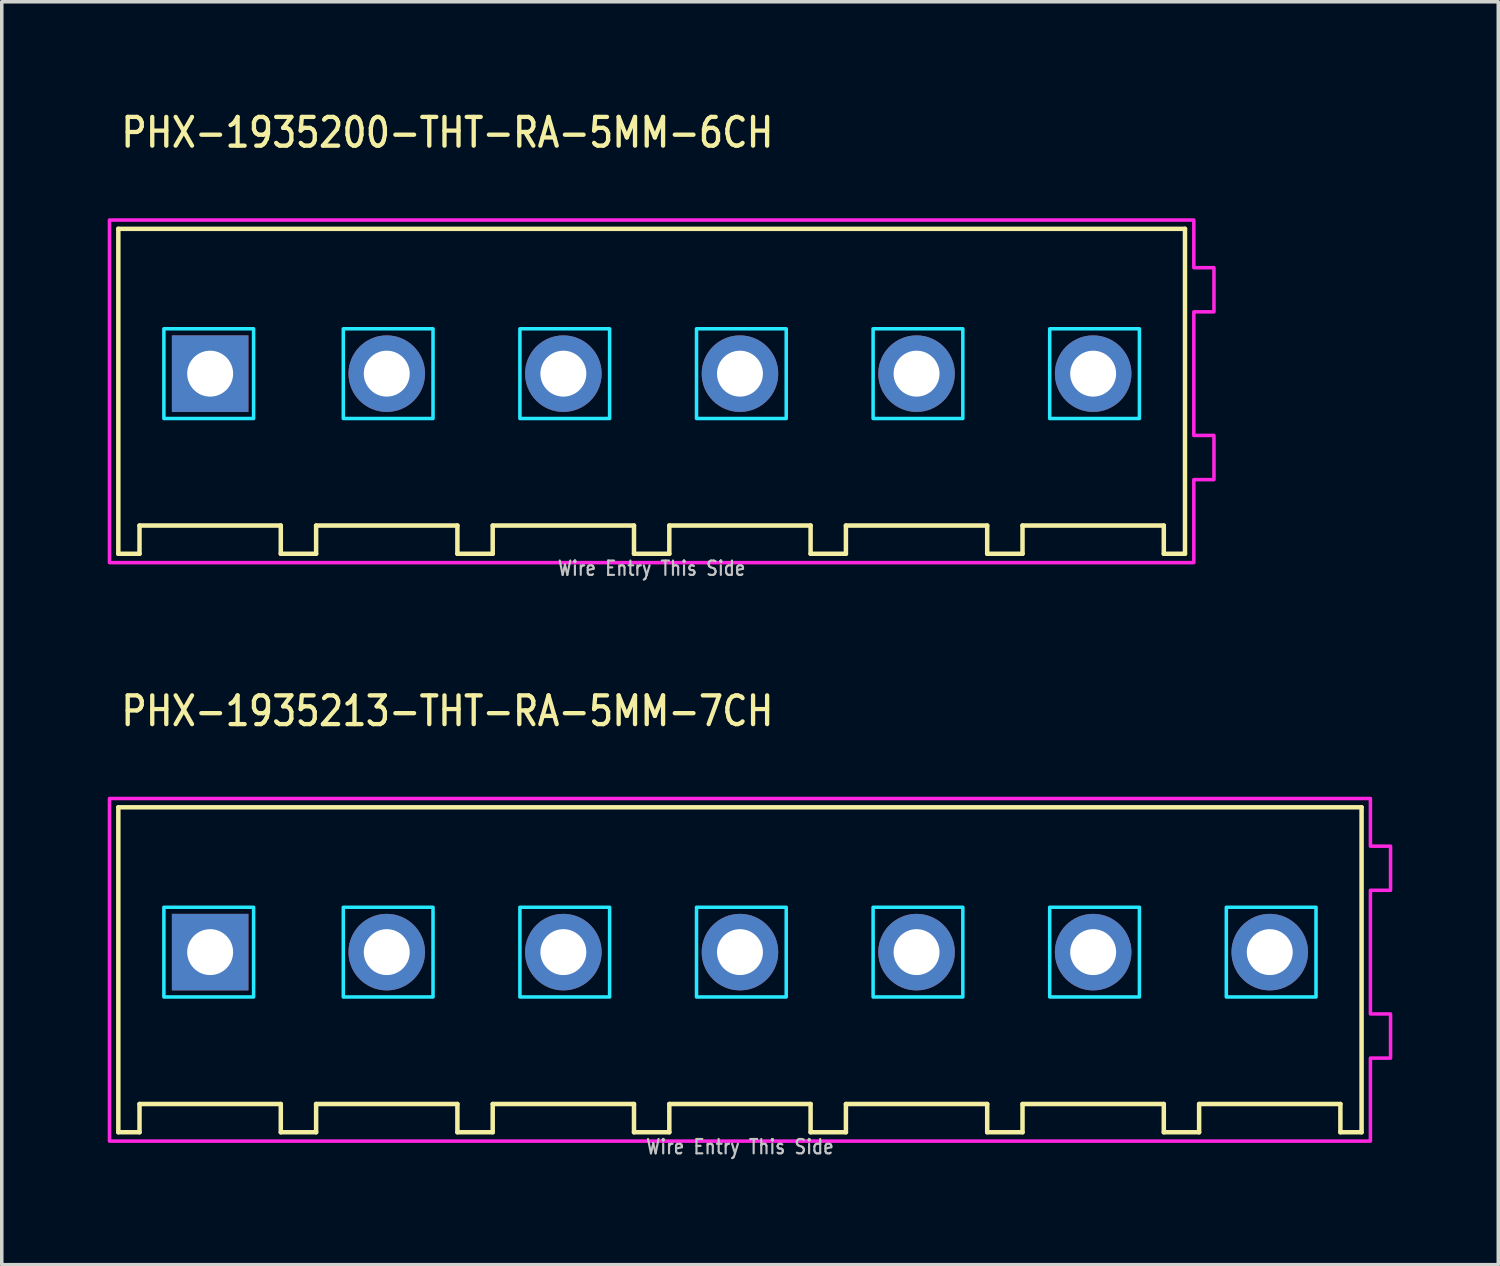
<source format=kicad_pcb>
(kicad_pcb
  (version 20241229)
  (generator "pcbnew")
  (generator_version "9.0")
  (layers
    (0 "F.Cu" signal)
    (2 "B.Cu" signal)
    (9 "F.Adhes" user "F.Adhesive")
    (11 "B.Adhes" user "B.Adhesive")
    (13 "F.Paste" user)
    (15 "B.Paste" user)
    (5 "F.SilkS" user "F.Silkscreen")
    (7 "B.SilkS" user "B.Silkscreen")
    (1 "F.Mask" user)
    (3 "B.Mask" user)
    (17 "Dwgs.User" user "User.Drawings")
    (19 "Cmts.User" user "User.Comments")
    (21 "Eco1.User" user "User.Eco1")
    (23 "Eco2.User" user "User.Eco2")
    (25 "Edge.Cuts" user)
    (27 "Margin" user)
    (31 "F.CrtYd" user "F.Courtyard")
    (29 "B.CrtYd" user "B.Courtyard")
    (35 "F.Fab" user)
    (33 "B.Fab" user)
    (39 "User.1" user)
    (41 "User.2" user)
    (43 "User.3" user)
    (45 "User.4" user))
  (footprint "PHX-1935213-THT-RA-5MM-7CH"
    (layer "F.Cu")
    (at 17.9 23.907)
    (property "Reference" "PHX-1935213-THT-RA-5MM-7CH" (at -17.58 -6.35 0) (unlocked yes) (layer "F.SilkS") (effects (font (size 0.813 0.695) (thickness 0.122)) (justify left bottom)))
    (fp_line (start -17.6 -4.1) (end -17.6 5.1) (stroke (width 0.127) (type solid)) (layer "F.SilkS"))
    (fp_line (start -17.6 5.1) (end -17 5.1) (stroke (width 0.127) (type solid)) (layer "F.SilkS"))
    (fp_line (start -17 4.3) (end -13 4.3) (stroke (width 0.127) (type solid)) (layer "F.SilkS"))
    (fp_line (start -17 5.1) (end -17 4.3) (stroke (width 0.127) (type solid)) (layer "F.SilkS"))
    (fp_line (start -13 4.3) (end -13 5.1) (stroke (width 0.127) (type solid)) (layer "F.SilkS"))
    (fp_line (start -13 5.1) (end -12 5.1) (stroke (width 0.127) (type solid)) (layer "F.SilkS"))
    (fp_line (start -12 4.3) (end -8 4.3) (stroke (width 0.127) (type solid)) (layer "F.SilkS"))
    (fp_line (start -12 5.1) (end -12 4.3) (stroke (width 0.127) (type solid)) (layer "F.SilkS"))
    (fp_line (start -8 4.3) (end -8 5.1) (stroke (width 0.127) (type solid)) (layer "F.SilkS"))
    (fp_line (start -8 5.1) (end -7 5.1) (stroke (width 0.127) (type solid)) (layer "F.SilkS"))
    (fp_line (start -7 4.3) (end -3 4.3) (stroke (width 0.127) (type solid)) (layer "F.SilkS"))
    (fp_line (start -7 5.1) (end -7 4.3) (stroke (width 0.127) (type solid)) (layer "F.SilkS"))
    (fp_line (start -3 4.3) (end -3 5.1) (stroke (width 0.127) (type solid)) (layer "F.SilkS"))
    (fp_line (start -3 5.1) (end -2 5.1) (stroke (width 0.127) (type solid)) (layer "F.SilkS"))
    (fp_line (start -2 4.3) (end 2 4.3) (stroke (width 0.127) (type solid)) (layer "F.SilkS"))
    (fp_line (start -2 5.1) (end -2 4.3) (stroke (width 0.127) (type solid)) (layer "F.SilkS"))
    (fp_line (start 2 4.3) (end 2 5.1) (stroke (width 0.127) (type solid)) (layer "F.SilkS"))
    (fp_line (start 2 5.1) (end 3 5.1) (stroke (width 0.127) (type solid)) (layer "F.SilkS"))
    (fp_line (start 3 4.3) (end 7 4.3) (stroke (width 0.127) (type solid)) (layer "F.SilkS"))
    (fp_line (start 3 5.1) (end 3 4.3) (stroke (width 0.127) (type solid)) (layer "F.SilkS"))
    (fp_line (start 7 4.3) (end 7 5.1) (stroke (width 0.127) (type solid)) (layer "F.SilkS"))
    (fp_line (start 7 5.1) (end 8 5.1) (stroke (width 0.127) (type solid)) (layer "F.SilkS"))
    (fp_line (start 8 4.3) (end 12 4.3) (stroke (width 0.127) (type solid)) (layer "F.SilkS"))
    (fp_line (start 8 5.1) (end 8 4.3) (stroke (width 0.127) (type solid)) (layer "F.SilkS"))
    (fp_line (start 12 4.3) (end 12 5.1) (stroke (width 0.127) (type solid)) (layer "F.SilkS"))
    (fp_line (start 12 5.1) (end 13 5.1) (stroke (width 0.127) (type solid)) (layer "F.SilkS"))
    (fp_line (start 13 4.3) (end 17 4.3) (stroke (width 0.127) (type solid)) (layer "F.SilkS"))
    (fp_line (start 13 5.1) (end 13 4.3) (stroke (width 0.127) (type solid)) (layer "F.SilkS"))
    (fp_line (start 17 4.3) (end 17 5.1) (stroke (width 0.127) (type solid)) (layer "F.SilkS"))
    (fp_line (start 17 5.1) (end 17.6 5.1) (stroke (width 0.127) (type solid)) (layer "F.SilkS"))
    (fp_line (start 17.6 -4.1) (end -17.6 -4.1) (stroke (width 0.127) (type solid)) (layer "F.SilkS"))
    (fp_line (start 17.6 5.1) (end 17.6 -4.1) (stroke (width 0.127) (type solid)) (layer "F.SilkS"))
    (fp_poly (pts (xy -16.31 -1.27) (xy -13.77 -1.27) (xy -13.77 1.27) (xy -16.31 1.27)) (stroke (width 0.1) (type solid)) (fill no) (layer "B.CrtYd"))
    (fp_poly (pts (xy -11.23 -1.27) (xy -8.69 -1.27) (xy -8.69 1.27) (xy -11.23 1.27)) (stroke (width 0.1) (type solid)) (fill no) (layer "B.CrtYd"))
    (fp_poly (pts (xy -6.23 -1.27) (xy -3.69 -1.27) (xy -3.69 1.27) (xy -6.23 1.27)) (stroke (width 0.1) (type solid)) (fill no) (layer "B.CrtYd"))
    (fp_poly (pts (xy -1.23 -1.27) (xy 1.31 -1.27) (xy 1.31 1.27) (xy -1.23 1.27)) (stroke (width 0.1) (type solid)) (fill no) (layer "B.CrtYd"))
    (fp_poly (pts (xy 3.77 -1.27) (xy 6.31 -1.27) (xy 6.31 1.27) (xy 3.77 1.27)) (stroke (width 0.1) (type solid)) (fill no) (layer "B.CrtYd"))
    (fp_poly (pts (xy 8.77 -1.27) (xy 11.31 -1.27) (xy 11.31 1.27) (xy 8.77 1.27)) (stroke (width 0.1) (type solid)) (fill no) (layer "B.CrtYd"))
    (fp_poly (pts (xy 13.77 -1.27) (xy 16.31 -1.27) (xy 16.31 1.27) (xy 13.77 1.27)) (stroke (width 0.1) (type solid)) (fill no) (layer "B.CrtYd"))
    (fp_poly (pts (xy -17.85 -4.35) (xy -17.85 5.35) (xy 17.85 5.35) (xy 17.85 3) (xy 18.42 3) (xy 18.42 1.75) (xy 17.85 1.75) (xy 17.85 -1.75) (xy 18.42 -1.75) (xy 18.42 -3) (xy 17.85 -3) (xy 17.85 -4.35)) (stroke (width 0.1) (type solid)) (fill no) (layer "F.CrtYd"))
    (fp_text user "Wire Entry This Side" (at 0 5.75 0) (unlocked yes) (layer "Dwgs.User") (effects (font (size 0.406 0.347) (thickness 0.061)) (justify bottom)))
    (pad "P$1" thru_hole rect (at -15 0) (size 2.167 2.167) (drill 1.3) (layers "*.Cu" "*.Mask"))
    (pad "P$2" thru_hole oval (at -10 0) (size 2.167 2.167) (drill 1.3) (layers "*.Cu" "*.Mask"))
    (pad "P$3" thru_hole oval (at -5 0) (size 2.167 2.167) (drill 1.3) (layers "*.Cu" "*.Mask"))
    (pad "P$4" thru_hole oval (at 0 0) (size 2.167 2.167) (drill 1.3) (layers "*.Cu" "*.Mask"))
    (pad "P$5" thru_hole oval (at 5 0) (size 2.167 2.167) (drill 1.3) (layers "*.Cu" "*.Mask"))
    (pad "P$6" thru_hole oval (at 10 0) (size 2.167 2.167) (drill 1.3) (layers "*.Cu" "*.Mask"))
    (pad "P$7" thru_hole oval (at 15 0) (size 2.167 2.167) (drill 1.3) (layers "*.Cu" "*.Mask")))
  (footprint "PHX-1935200-THT-RA-5MM-6CH"
    (layer "F.Cu")
    (at 15.4 7.529)
    (property "Reference" "PHX-1935200-THT-RA-5MM-6CH" (at -15.08 -6.35 0) (unlocked yes) (layer "F.SilkS") (effects (font (size 0.813 0.695) (thickness 0.122)) (justify left bottom)))
    (fp_line (start -15.1 -4.1) (end -15.1 5.1) (stroke (width 0.127) (type solid)) (layer "F.SilkS"))
    (fp_line (start -15.1 5.1) (end -14.5 5.1) (stroke (width 0.127) (type solid)) (layer "F.SilkS"))
    (fp_line (start -14.5 4.3) (end -10.5 4.3) (stroke (width 0.127) (type solid)) (layer "F.SilkS"))
    (fp_line (start -14.5 5.1) (end -14.5 4.3) (stroke (width 0.127) (type solid)) (layer "F.SilkS"))
    (fp_line (start -10.5 4.3) (end -10.5 5.1) (stroke (width 0.127) (type solid)) (layer "F.SilkS"))
    (fp_line (start -10.5 5.1) (end -9.5 5.1) (stroke (width 0.127) (type solid)) (layer "F.SilkS"))
    (fp_line (start -9.5 4.3) (end -5.5 4.3) (stroke (width 0.127) (type solid)) (layer "F.SilkS"))
    (fp_line (start -9.5 5.1) (end -9.5 4.3) (stroke (width 0.127) (type solid)) (layer "F.SilkS"))
    (fp_line (start -5.5 4.3) (end -5.5 5.1) (stroke (width 0.127) (type solid)) (layer "F.SilkS"))
    (fp_line (start -5.5 5.1) (end -4.5 5.1) (stroke (width 0.127) (type solid)) (layer "F.SilkS"))
    (fp_line (start -4.5 4.3) (end -0.5 4.3) (stroke (width 0.127) (type solid)) (layer "F.SilkS"))
    (fp_line (start -4.5 5.1) (end -4.5 4.3) (stroke (width 0.127) (type solid)) (layer "F.SilkS"))
    (fp_line (start -0.5 4.3) (end -0.5 5.1) (stroke (width 0.127) (type solid)) (layer "F.SilkS"))
    (fp_line (start -0.5 5.1) (end 0.5 5.1) (stroke (width 0.127) (type solid)) (layer "F.SilkS"))
    (fp_line (start 0.5 4.3) (end 4.5 4.3) (stroke (width 0.127) (type solid)) (layer "F.SilkS"))
    (fp_line (start 0.5 5.1) (end 0.5 4.3) (stroke (width 0.127) (type solid)) (layer "F.SilkS"))
    (fp_line (start 4.5 4.3) (end 4.5 5.1) (stroke (width 0.127) (type solid)) (layer "F.SilkS"))
    (fp_line (start 4.5 5.1) (end 5.5 5.1) (stroke (width 0.127) (type solid)) (layer "F.SilkS"))
    (fp_line (start 5.5 4.3) (end 9.5 4.3) (stroke (width 0.127) (type solid)) (layer "F.SilkS"))
    (fp_line (start 5.5 5.1) (end 5.5 4.3) (stroke (width 0.127) (type solid)) (layer "F.SilkS"))
    (fp_line (start 9.5 4.3) (end 9.5 5.1) (stroke (width 0.127) (type solid)) (layer "F.SilkS"))
    (fp_line (start 9.5 5.1) (end 10.5 5.1) (stroke (width 0.127) (type solid)) (layer "F.SilkS"))
    (fp_line (start 10.5 4.3) (end 14.5 4.3) (stroke (width 0.127) (type solid)) (layer "F.SilkS"))
    (fp_line (start 10.5 5.1) (end 10.5 4.3) (stroke (width 0.127) (type solid)) (layer "F.SilkS"))
    (fp_line (start 14.5 4.3) (end 14.5 5.1) (stroke (width 0.127) (type solid)) (layer "F.SilkS"))
    (fp_line (start 14.5 5.1) (end 15.1 5.1) (stroke (width 0.127) (type solid)) (layer "F.SilkS"))
    (fp_line (start 15.1 -4.1) (end -15.1 -4.1) (stroke (width 0.127) (type solid)) (layer "F.SilkS"))
    (fp_line (start 15.1 5.1) (end 15.1 -4.1) (stroke (width 0.127) (type solid)) (layer "F.SilkS"))
    (fp_poly (pts (xy -13.81 -1.27) (xy -11.27 -1.27) (xy -11.27 1.27) (xy -13.81 1.27)) (stroke (width 0.1) (type solid)) (fill no) (layer "B.CrtYd"))
    (fp_poly (pts (xy -8.73 -1.27) (xy -6.19 -1.27) (xy -6.19 1.27) (xy -8.73 1.27)) (stroke (width 0.1) (type solid)) (fill no) (layer "B.CrtYd"))
    (fp_poly (pts (xy -3.73 -1.27) (xy -1.19 -1.27) (xy -1.19 1.27) (xy -3.73 1.27)) (stroke (width 0.1) (type solid)) (fill no) (layer "B.CrtYd"))
    (fp_poly (pts (xy 1.27 -1.27) (xy 3.81 -1.27) (xy 3.81 1.27) (xy 1.27 1.27)) (stroke (width 0.1) (type solid)) (fill no) (layer "B.CrtYd"))
    (fp_poly (pts (xy 6.27 -1.27) (xy 8.81 -1.27) (xy 8.81 1.27) (xy 6.27 1.27)) (stroke (width 0.1) (type solid)) (fill no) (layer "B.CrtYd"))
    (fp_poly (pts (xy 11.27 -1.27) (xy 13.81 -1.27) (xy 13.81 1.27) (xy 11.27 1.27)) (stroke (width 0.1) (type solid)) (fill no) (layer "B.CrtYd"))
    (fp_poly (pts (xy -15.35 -4.35) (xy -15.35 5.35) (xy 15.35 5.35) (xy 15.35 3) (xy 15.92 3) (xy 15.92 1.75) (xy 15.35 1.75) (xy 15.35 -1.75) (xy 15.92 -1.75) (xy 15.92 -3) (xy 15.35 -3) (xy 15.35 -4.35)) (stroke (width 0.1) (type solid)) (fill no) (layer "F.CrtYd"))
    (fp_text user "Wire Entry This Side" (at 0 5.75 0) (unlocked yes) (layer "Dwgs.User") (effects (font (size 0.406 0.347) (thickness 0.061)) (justify bottom)))
    (pad "1" thru_hole rect (at -12.5 0) (size 2.167 2.167) (drill 1.3) (layers "*.Cu" "*.Mask"))
    (pad "2" thru_hole oval (at -7.5 0) (size 2.167 2.167) (drill 1.3) (layers "*.Cu" "*.Mask"))
    (pad "3" thru_hole oval (at -2.5 0) (size 2.167 2.167) (drill 1.3) (layers "*.Cu" "*.Mask"))
    (pad "4" thru_hole oval (at 2.5 0) (size 2.167 2.167) (drill 1.3) (layers "*.Cu" "*.Mask"))
    (pad "5" thru_hole oval (at 7.5 0) (size 2.167 2.167) (drill 1.3) (layers "*.Cu" "*.Mask"))
    (pad "6" thru_hole oval (at 12.5 0) (size 2.167 2.167) (drill 1.3) (layers "*.Cu" "*.Mask")))
  (gr_rect
    (start -3 -3)
    (end 39.37 32.757)
    (stroke (width 0.1) (type default))
    (fill no)
    (layer "Edge.Cuts")))
</source>
